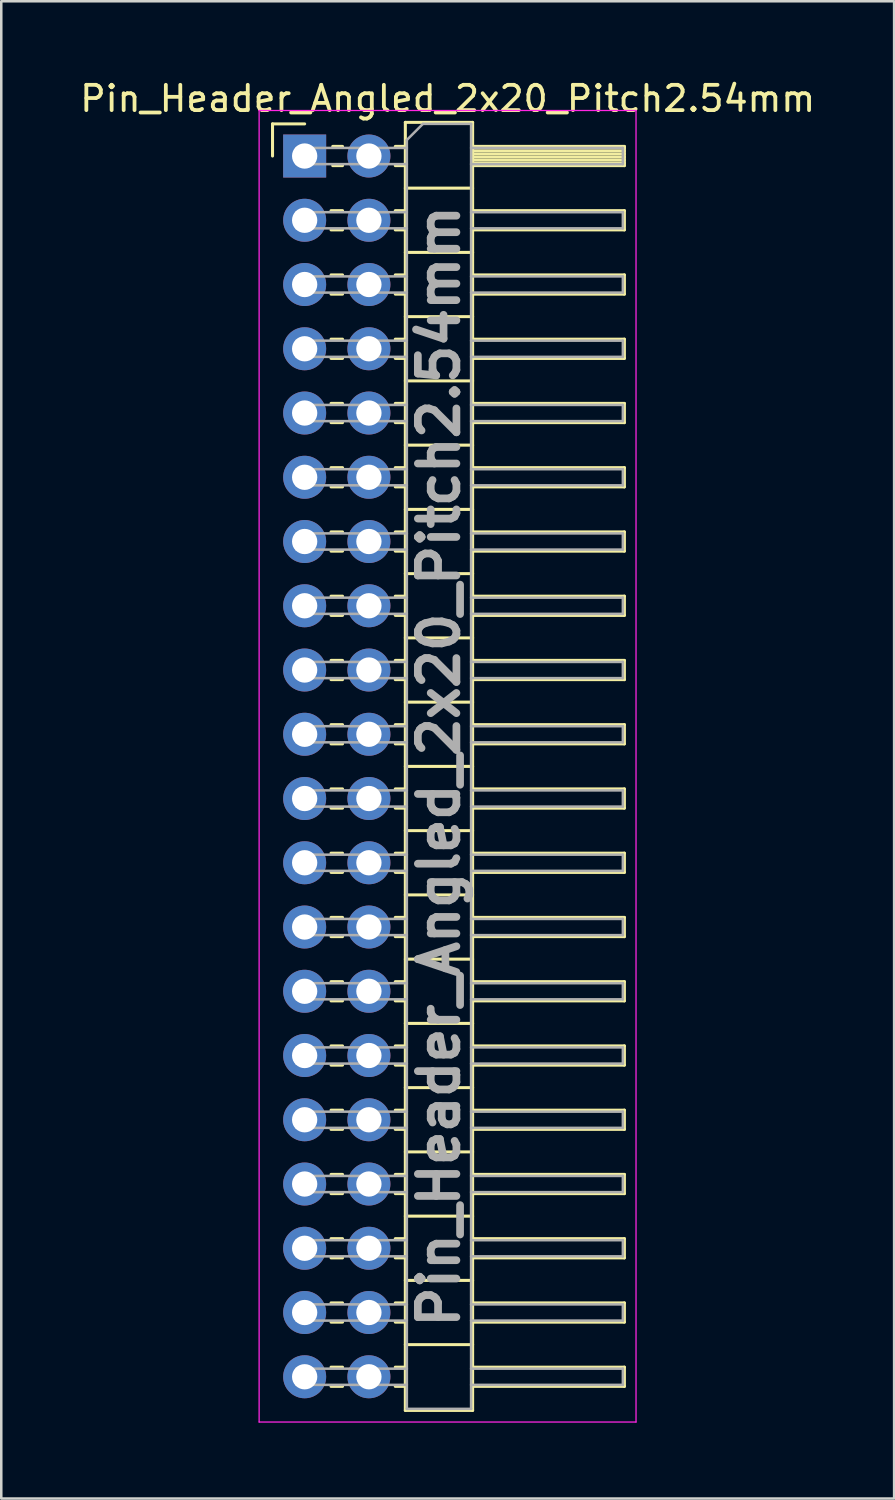
<source format=kicad_pcb>
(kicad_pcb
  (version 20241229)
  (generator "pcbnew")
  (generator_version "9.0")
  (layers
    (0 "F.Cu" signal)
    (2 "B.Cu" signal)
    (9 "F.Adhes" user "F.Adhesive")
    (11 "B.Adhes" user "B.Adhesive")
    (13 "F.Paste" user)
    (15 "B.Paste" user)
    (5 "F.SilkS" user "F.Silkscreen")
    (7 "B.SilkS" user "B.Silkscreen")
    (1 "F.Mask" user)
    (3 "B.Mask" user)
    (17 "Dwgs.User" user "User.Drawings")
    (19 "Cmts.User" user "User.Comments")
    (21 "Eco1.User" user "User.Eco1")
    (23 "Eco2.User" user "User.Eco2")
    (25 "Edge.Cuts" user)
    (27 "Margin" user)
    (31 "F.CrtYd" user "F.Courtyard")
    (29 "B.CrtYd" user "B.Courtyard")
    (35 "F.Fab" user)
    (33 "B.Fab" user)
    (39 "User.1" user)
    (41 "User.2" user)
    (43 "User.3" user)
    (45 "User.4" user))
  (footprint "Pin_Header_Angled_2x20_Pitch2.54mm"
    (layer "F.Cu")
    (at 8.994 3.118)
    (property "Reference" "Pin_Header_Angled_2x20_Pitch2.54mm" (at 5.655 -2.27 0) (layer "F.SilkS") (effects (font (size 1 1) (thickness 0.15))))
    (attr through_hole)
    (fp_line (start -1.27 -1.27) (end 0 -1.27) (stroke (width 0.12) (type solid)) (layer "F.SilkS"))
    (fp_line (start -1.27 0) (end -1.27 -1.27) (stroke (width 0.12) (type solid)) (layer "F.SilkS"))
    (fp_line (start 1.043 2.16) (end 1.497 2.16) (stroke (width 0.12) (type solid)) (layer "F.SilkS"))
    (fp_line (start 1.043 2.92) (end 1.497 2.92) (stroke (width 0.12) (type solid)) (layer "F.SilkS"))
    (fp_line (start 1.043 4.7) (end 1.497 4.7) (stroke (width 0.12) (type solid)) (layer "F.SilkS"))
    (fp_line (start 1.043 5.46) (end 1.497 5.46) (stroke (width 0.12) (type solid)) (layer "F.SilkS"))
    (fp_line (start 1.043 7.24) (end 1.497 7.24) (stroke (width 0.12) (type solid)) (layer "F.SilkS"))
    (fp_line (start 1.043 8) (end 1.497 8) (stroke (width 0.12) (type solid)) (layer "F.SilkS"))
    (fp_line (start 1.043 9.78) (end 1.497 9.78) (stroke (width 0.12) (type solid)) (layer "F.SilkS"))
    (fp_line (start 1.043 10.54) (end 1.497 10.54) (stroke (width 0.12) (type solid)) (layer "F.SilkS"))
    (fp_line (start 1.043 12.32) (end 1.497 12.32) (stroke (width 0.12) (type solid)) (layer "F.SilkS"))
    (fp_line (start 1.043 13.08) (end 1.497 13.08) (stroke (width 0.12) (type solid)) (layer "F.SilkS"))
    (fp_line (start 1.043 14.86) (end 1.497 14.86) (stroke (width 0.12) (type solid)) (layer "F.SilkS"))
    (fp_line (start 1.043 15.62) (end 1.497 15.62) (stroke (width 0.12) (type solid)) (layer "F.SilkS"))
    (fp_line (start 1.043 17.4) (end 1.497 17.4) (stroke (width 0.12) (type solid)) (layer "F.SilkS"))
    (fp_line (start 1.043 18.16) (end 1.497 18.16) (stroke (width 0.12) (type solid)) (layer "F.SilkS"))
    (fp_line (start 1.043 19.94) (end 1.497 19.94) (stroke (width 0.12) (type solid)) (layer "F.SilkS"))
    (fp_line (start 1.043 20.7) (end 1.497 20.7) (stroke (width 0.12) (type solid)) (layer "F.SilkS"))
    (fp_line (start 1.043 22.48) (end 1.497 22.48) (stroke (width 0.12) (type solid)) (layer "F.SilkS"))
    (fp_line (start 1.043 23.24) (end 1.497 23.24) (stroke (width 0.12) (type solid)) (layer "F.SilkS"))
    (fp_line (start 1.043 25.02) (end 1.497 25.02) (stroke (width 0.12) (type solid)) (layer "F.SilkS"))
    (fp_line (start 1.043 25.78) (end 1.497 25.78) (stroke (width 0.12) (type solid)) (layer "F.SilkS"))
    (fp_line (start 1.043 27.56) (end 1.497 27.56) (stroke (width 0.12) (type solid)) (layer "F.SilkS"))
    (fp_line (start 1.043 28.32) (end 1.497 28.32) (stroke (width 0.12) (type solid)) (layer "F.SilkS"))
    (fp_line (start 1.043 30.1) (end 1.497 30.1) (stroke (width 0.12) (type solid)) (layer "F.SilkS"))
    (fp_line (start 1.043 30.86) (end 1.497 30.86) (stroke (width 0.12) (type solid)) (layer "F.SilkS"))
    (fp_line (start 1.043 32.64) (end 1.497 32.64) (stroke (width 0.12) (type solid)) (layer "F.SilkS"))
    (fp_line (start 1.043 33.4) (end 1.497 33.4) (stroke (width 0.12) (type solid)) (layer "F.SilkS"))
    (fp_line (start 1.043 35.18) (end 1.497 35.18) (stroke (width 0.12) (type solid)) (layer "F.SilkS"))
    (fp_line (start 1.043 35.94) (end 1.497 35.94) (stroke (width 0.12) (type solid)) (layer "F.SilkS"))
    (fp_line (start 1.043 37.72) (end 1.497 37.72) (stroke (width 0.12) (type solid)) (layer "F.SilkS"))
    (fp_line (start 1.043 38.48) (end 1.497 38.48) (stroke (width 0.12) (type solid)) (layer "F.SilkS"))
    (fp_line (start 1.043 40.26) (end 1.497 40.26) (stroke (width 0.12) (type solid)) (layer "F.SilkS"))
    (fp_line (start 1.043 41.02) (end 1.497 41.02) (stroke (width 0.12) (type solid)) (layer "F.SilkS"))
    (fp_line (start 1.043 42.8) (end 1.497 42.8) (stroke (width 0.12) (type solid)) (layer "F.SilkS"))
    (fp_line (start 1.043 43.56) (end 1.497 43.56) (stroke (width 0.12) (type solid)) (layer "F.SilkS"))
    (fp_line (start 1.043 45.34) (end 1.497 45.34) (stroke (width 0.12) (type solid)) (layer "F.SilkS"))
    (fp_line (start 1.043 46.1) (end 1.497 46.1) (stroke (width 0.12) (type solid)) (layer "F.SilkS"))
    (fp_line (start 1.043 47.88) (end 1.497 47.88) (stroke (width 0.12) (type solid)) (layer "F.SilkS"))
    (fp_line (start 1.043 48.64) (end 1.497 48.64) (stroke (width 0.12) (type solid)) (layer "F.SilkS"))
    (fp_line (start 1.11 -0.38) (end 1.497 -0.38) (stroke (width 0.12) (type solid)) (layer "F.SilkS"))
    (fp_line (start 1.11 0.38) (end 1.497 0.38) (stroke (width 0.12) (type solid)) (layer "F.SilkS"))
    (fp_line (start 3.583 -0.38) (end 3.98 -0.38) (stroke (width 0.12) (type solid)) (layer "F.SilkS"))
    (fp_line (start 3.583 0.38) (end 3.98 0.38) (stroke (width 0.12) (type solid)) (layer "F.SilkS"))
    (fp_line (start 3.583 2.16) (end 3.98 2.16) (stroke (width 0.12) (type solid)) (layer "F.SilkS"))
    (fp_line (start 3.583 2.92) (end 3.98 2.92) (stroke (width 0.12) (type solid)) (layer "F.SilkS"))
    (fp_line (start 3.583 4.7) (end 3.98 4.7) (stroke (width 0.12) (type solid)) (layer "F.SilkS"))
    (fp_line (start 3.583 5.46) (end 3.98 5.46) (stroke (width 0.12) (type solid)) (layer "F.SilkS"))
    (fp_line (start 3.583 7.24) (end 3.98 7.24) (stroke (width 0.12) (type solid)) (layer "F.SilkS"))
    (fp_line (start 3.583 8) (end 3.98 8) (stroke (width 0.12) (type solid)) (layer "F.SilkS"))
    (fp_line (start 3.583 9.78) (end 3.98 9.78) (stroke (width 0.12) (type solid)) (layer "F.SilkS"))
    (fp_line (start 3.583 10.54) (end 3.98 10.54) (stroke (width 0.12) (type solid)) (layer "F.SilkS"))
    (fp_line (start 3.583 12.32) (end 3.98 12.32) (stroke (width 0.12) (type solid)) (layer "F.SilkS"))
    (fp_line (start 3.583 13.08) (end 3.98 13.08) (stroke (width 0.12) (type solid)) (layer "F.SilkS"))
    (fp_line (start 3.583 14.86) (end 3.98 14.86) (stroke (width 0.12) (type solid)) (layer "F.SilkS"))
    (fp_line (start 3.583 15.62) (end 3.98 15.62) (stroke (width 0.12) (type solid)) (layer "F.SilkS"))
    (fp_line (start 3.583 17.4) (end 3.98 17.4) (stroke (width 0.12) (type solid)) (layer "F.SilkS"))
    (fp_line (start 3.583 18.16) (end 3.98 18.16) (stroke (width 0.12) (type solid)) (layer "F.SilkS"))
    (fp_line (start 3.583 19.94) (end 3.98 19.94) (stroke (width 0.12) (type solid)) (layer "F.SilkS"))
    (fp_line (start 3.583 20.7) (end 3.98 20.7) (stroke (width 0.12) (type solid)) (layer "F.SilkS"))
    (fp_line (start 3.583 22.48) (end 3.98 22.48) (stroke (width 0.12) (type solid)) (layer "F.SilkS"))
    (fp_line (start 3.583 23.24) (end 3.98 23.24) (stroke (width 0.12) (type solid)) (layer "F.SilkS"))
    (fp_line (start 3.583 25.02) (end 3.98 25.02) (stroke (width 0.12) (type solid)) (layer "F.SilkS"))
    (fp_line (start 3.583 25.78) (end 3.98 25.78) (stroke (width 0.12) (type solid)) (layer "F.SilkS"))
    (fp_line (start 3.583 27.56) (end 3.98 27.56) (stroke (width 0.12) (type solid)) (layer "F.SilkS"))
    (fp_line (start 3.583 28.32) (end 3.98 28.32) (stroke (width 0.12) (type solid)) (layer "F.SilkS"))
    (fp_line (start 3.583 30.1) (end 3.98 30.1) (stroke (width 0.12) (type solid)) (layer "F.SilkS"))
    (fp_line (start 3.583 30.86) (end 3.98 30.86) (stroke (width 0.12) (type solid)) (layer "F.SilkS"))
    (fp_line (start 3.583 32.64) (end 3.98 32.64) (stroke (width 0.12) (type solid)) (layer "F.SilkS"))
    (fp_line (start 3.583 33.4) (end 3.98 33.4) (stroke (width 0.12) (type solid)) (layer "F.SilkS"))
    (fp_line (start 3.583 35.18) (end 3.98 35.18) (stroke (width 0.12) (type solid)) (layer "F.SilkS"))
    (fp_line (start 3.583 35.94) (end 3.98 35.94) (stroke (width 0.12) (type solid)) (layer "F.SilkS"))
    (fp_line (start 3.583 37.72) (end 3.98 37.72) (stroke (width 0.12) (type solid)) (layer "F.SilkS"))
    (fp_line (start 3.583 38.48) (end 3.98 38.48) (stroke (width 0.12) (type solid)) (layer "F.SilkS"))
    (fp_line (start 3.583 40.26) (end 3.98 40.26) (stroke (width 0.12) (type solid)) (layer "F.SilkS"))
    (fp_line (start 3.583 41.02) (end 3.98 41.02) (stroke (width 0.12) (type solid)) (layer "F.SilkS"))
    (fp_line (start 3.583 42.8) (end 3.98 42.8) (stroke (width 0.12) (type solid)) (layer "F.SilkS"))
    (fp_line (start 3.583 43.56) (end 3.98 43.56) (stroke (width 0.12) (type solid)) (layer "F.SilkS"))
    (fp_line (start 3.583 45.34) (end 3.98 45.34) (stroke (width 0.12) (type solid)) (layer "F.SilkS"))
    (fp_line (start 3.583 46.1) (end 3.98 46.1) (stroke (width 0.12) (type solid)) (layer "F.SilkS"))
    (fp_line (start 3.583 47.88) (end 3.98 47.88) (stroke (width 0.12) (type solid)) (layer "F.SilkS"))
    (fp_line (start 3.583 48.64) (end 3.98 48.64) (stroke (width 0.12) (type solid)) (layer "F.SilkS"))
    (fp_line (start 3.98 -1.33) (end 3.98 49.59) (stroke (width 0.12) (type solid)) (layer "F.SilkS"))
    (fp_line (start 3.98 1.27) (end 6.64 1.27) (stroke (width 0.12) (type solid)) (layer "F.SilkS"))
    (fp_line (start 3.98 3.81) (end 6.64 3.81) (stroke (width 0.12) (type solid)) (layer "F.SilkS"))
    (fp_line (start 3.98 6.35) (end 6.64 6.35) (stroke (width 0.12) (type solid)) (layer "F.SilkS"))
    (fp_line (start 3.98 8.89) (end 6.64 8.89) (stroke (width 0.12) (type solid)) (layer "F.SilkS"))
    (fp_line (start 3.98 11.43) (end 6.64 11.43) (stroke (width 0.12) (type solid)) (layer "F.SilkS"))
    (fp_line (start 3.98 13.97) (end 6.64 13.97) (stroke (width 0.12) (type solid)) (layer "F.SilkS"))
    (fp_line (start 3.98 16.51) (end 6.64 16.51) (stroke (width 0.12) (type solid)) (layer "F.SilkS"))
    (fp_line (start 3.98 19.05) (end 6.64 19.05) (stroke (width 0.12) (type solid)) (layer "F.SilkS"))
    (fp_line (start 3.98 21.59) (end 6.64 21.59) (stroke (width 0.12) (type solid)) (layer "F.SilkS"))
    (fp_line (start 3.98 24.13) (end 6.64 24.13) (stroke (width 0.12) (type solid)) (layer "F.SilkS"))
    (fp_line (start 3.98 26.67) (end 6.64 26.67) (stroke (width 0.12) (type solid)) (layer "F.SilkS"))
    (fp_line (start 3.98 29.21) (end 6.64 29.21) (stroke (width 0.12) (type solid)) (layer "F.SilkS"))
    (fp_line (start 3.98 31.75) (end 6.64 31.75) (stroke (width 0.12) (type solid)) (layer "F.SilkS"))
    (fp_line (start 3.98 34.29) (end 6.64 34.29) (stroke (width 0.12) (type solid)) (layer "F.SilkS"))
    (fp_line (start 3.98 36.83) (end 6.64 36.83) (stroke (width 0.12) (type solid)) (layer "F.SilkS"))
    (fp_line (start 3.98 39.37) (end 6.64 39.37) (stroke (width 0.12) (type solid)) (layer "F.SilkS"))
    (fp_line (start 3.98 41.91) (end 6.64 41.91) (stroke (width 0.12) (type solid)) (layer "F.SilkS"))
    (fp_line (start 3.98 44.45) (end 6.64 44.45) (stroke (width 0.12) (type solid)) (layer "F.SilkS"))
    (fp_line (start 3.98 46.99) (end 6.64 46.99) (stroke (width 0.12) (type solid)) (layer "F.SilkS"))
    (fp_line (start 3.98 49.59) (end 6.64 49.59) (stroke (width 0.12) (type solid)) (layer "F.SilkS"))
    (fp_line (start 6.64 -1.33) (end 3.98 -1.33) (stroke (width 0.12) (type solid)) (layer "F.SilkS"))
    (fp_line (start 6.64 -0.38) (end 12.64 -0.38) (stroke (width 0.12) (type solid)) (layer "F.SilkS"))
    (fp_line (start 6.64 -0.32) (end 12.64 -0.32) (stroke (width 0.12) (type solid)) (layer "F.SilkS"))
    (fp_line (start 6.64 -0.2) (end 12.64 -0.2) (stroke (width 0.12) (type solid)) (layer "F.SilkS"))
    (fp_line (start 6.64 -0.08) (end 12.64 -0.08) (stroke (width 0.12) (type solid)) (layer "F.SilkS"))
    (fp_line (start 6.64 0.04) (end 12.64 0.04) (stroke (width 0.12) (type solid)) (layer "F.SilkS"))
    (fp_line (start 6.64 0.16) (end 12.64 0.16) (stroke (width 0.12) (type solid)) (layer "F.SilkS"))
    (fp_line (start 6.64 0.28) (end 12.64 0.28) (stroke (width 0.12) (type solid)) (layer "F.SilkS"))
    (fp_line (start 6.64 2.16) (end 12.64 2.16) (stroke (width 0.12) (type solid)) (layer "F.SilkS"))
    (fp_line (start 6.64 4.7) (end 12.64 4.7) (stroke (width 0.12) (type solid)) (layer "F.SilkS"))
    (fp_line (start 6.64 7.24) (end 12.64 7.24) (stroke (width 0.12) (type solid)) (layer "F.SilkS"))
    (fp_line (start 6.64 9.78) (end 12.64 9.78) (stroke (width 0.12) (type solid)) (layer "F.SilkS"))
    (fp_line (start 6.64 12.32) (end 12.64 12.32) (stroke (width 0.12) (type solid)) (layer "F.SilkS"))
    (fp_line (start 6.64 14.86) (end 12.64 14.86) (stroke (width 0.12) (type solid)) (layer "F.SilkS"))
    (fp_line (start 6.64 17.4) (end 12.64 17.4) (stroke (width 0.12) (type solid)) (layer "F.SilkS"))
    (fp_line (start 6.64 19.94) (end 12.64 19.94) (stroke (width 0.12) (type solid)) (layer "F.SilkS"))
    (fp_line (start 6.64 22.48) (end 12.64 22.48) (stroke (width 0.12) (type solid)) (layer "F.SilkS"))
    (fp_line (start 6.64 25.02) (end 12.64 25.02) (stroke (width 0.12) (type solid)) (layer "F.SilkS"))
    (fp_line (start 6.64 27.56) (end 12.64 27.56) (stroke (width 0.12) (type solid)) (layer "F.SilkS"))
    (fp_line (start 6.64 30.1) (end 12.64 30.1) (stroke (width 0.12) (type solid)) (layer "F.SilkS"))
    (fp_line (start 6.64 32.64) (end 12.64 32.64) (stroke (width 0.12) (type solid)) (layer "F.SilkS"))
    (fp_line (start 6.64 35.18) (end 12.64 35.18) (stroke (width 0.12) (type solid)) (layer "F.SilkS"))
    (fp_line (start 6.64 37.72) (end 12.64 37.72) (stroke (width 0.12) (type solid)) (layer "F.SilkS"))
    (fp_line (start 6.64 40.26) (end 12.64 40.26) (stroke (width 0.12) (type solid)) (layer "F.SilkS"))
    (fp_line (start 6.64 42.8) (end 12.64 42.8) (stroke (width 0.12) (type solid)) (layer "F.SilkS"))
    (fp_line (start 6.64 45.34) (end 12.64 45.34) (stroke (width 0.12) (type solid)) (layer "F.SilkS"))
    (fp_line (start 6.64 47.88) (end 12.64 47.88) (stroke (width 0.12) (type solid)) (layer "F.SilkS"))
    (fp_line (start 6.64 49.59) (end 6.64 -1.33) (stroke (width 0.12) (type solid)) (layer "F.SilkS"))
    (fp_line (start 12.64 -0.38) (end 12.64 0.38) (stroke (width 0.12) (type solid)) (layer "F.SilkS"))
    (fp_line (start 12.64 0.38) (end 6.64 0.38) (stroke (width 0.12) (type solid)) (layer "F.SilkS"))
    (fp_line (start 12.64 2.16) (end 12.64 2.92) (stroke (width 0.12) (type solid)) (layer "F.SilkS"))
    (fp_line (start 12.64 2.92) (end 6.64 2.92) (stroke (width 0.12) (type solid)) (layer "F.SilkS"))
    (fp_line (start 12.64 4.7) (end 12.64 5.46) (stroke (width 0.12) (type solid)) (layer "F.SilkS"))
    (fp_line (start 12.64 5.46) (end 6.64 5.46) (stroke (width 0.12) (type solid)) (layer "F.SilkS"))
    (fp_line (start 12.64 7.24) (end 12.64 8) (stroke (width 0.12) (type solid)) (layer "F.SilkS"))
    (fp_line (start 12.64 8) (end 6.64 8) (stroke (width 0.12) (type solid)) (layer "F.SilkS"))
    (fp_line (start 12.64 9.78) (end 12.64 10.54) (stroke (width 0.12) (type solid)) (layer "F.SilkS"))
    (fp_line (start 12.64 10.54) (end 6.64 10.54) (stroke (width 0.12) (type solid)) (layer "F.SilkS"))
    (fp_line (start 12.64 12.32) (end 12.64 13.08) (stroke (width 0.12) (type solid)) (layer "F.SilkS"))
    (fp_line (start 12.64 13.08) (end 6.64 13.08) (stroke (width 0.12) (type solid)) (layer "F.SilkS"))
    (fp_line (start 12.64 14.86) (end 12.64 15.62) (stroke (width 0.12) (type solid)) (layer "F.SilkS"))
    (fp_line (start 12.64 15.62) (end 6.64 15.62) (stroke (width 0.12) (type solid)) (layer "F.SilkS"))
    (fp_line (start 12.64 17.4) (end 12.64 18.16) (stroke (width 0.12) (type solid)) (layer "F.SilkS"))
    (fp_line (start 12.64 18.16) (end 6.64 18.16) (stroke (width 0.12) (type solid)) (layer "F.SilkS"))
    (fp_line (start 12.64 19.94) (end 12.64 20.7) (stroke (width 0.12) (type solid)) (layer "F.SilkS"))
    (fp_line (start 12.64 20.7) (end 6.64 20.7) (stroke (width 0.12) (type solid)) (layer "F.SilkS"))
    (fp_line (start 12.64 22.48) (end 12.64 23.24) (stroke (width 0.12) (type solid)) (layer "F.SilkS"))
    (fp_line (start 12.64 23.24) (end 6.64 23.24) (stroke (width 0.12) (type solid)) (layer "F.SilkS"))
    (fp_line (start 12.64 25.02) (end 12.64 25.78) (stroke (width 0.12) (type solid)) (layer "F.SilkS"))
    (fp_line (start 12.64 25.78) (end 6.64 25.78) (stroke (width 0.12) (type solid)) (layer "F.SilkS"))
    (fp_line (start 12.64 27.56) (end 12.64 28.32) (stroke (width 0.12) (type solid)) (layer "F.SilkS"))
    (fp_line (start 12.64 28.32) (end 6.64 28.32) (stroke (width 0.12) (type solid)) (layer "F.SilkS"))
    (fp_line (start 12.64 30.1) (end 12.64 30.86) (stroke (width 0.12) (type solid)) (layer "F.SilkS"))
    (fp_line (start 12.64 30.86) (end 6.64 30.86) (stroke (width 0.12) (type solid)) (layer "F.SilkS"))
    (fp_line (start 12.64 32.64) (end 12.64 33.4) (stroke (width 0.12) (type solid)) (layer "F.SilkS"))
    (fp_line (start 12.64 33.4) (end 6.64 33.4) (stroke (width 0.12) (type solid)) (layer "F.SilkS"))
    (fp_line (start 12.64 35.18) (end 12.64 35.94) (stroke (width 0.12) (type solid)) (layer "F.SilkS"))
    (fp_line (start 12.64 35.94) (end 6.64 35.94) (stroke (width 0.12) (type solid)) (layer "F.SilkS"))
    (fp_line (start 12.64 37.72) (end 12.64 38.48) (stroke (width 0.12) (type solid)) (layer "F.SilkS"))
    (fp_line (start 12.64 38.48) (end 6.64 38.48) (stroke (width 0.12) (type solid)) (layer "F.SilkS"))
    (fp_line (start 12.64 40.26) (end 12.64 41.02) (stroke (width 0.12) (type solid)) (layer "F.SilkS"))
    (fp_line (start 12.64 41.02) (end 6.64 41.02) (stroke (width 0.12) (type solid)) (layer "F.SilkS"))
    (fp_line (start 12.64 42.8) (end 12.64 43.56) (stroke (width 0.12) (type solid)) (layer "F.SilkS"))
    (fp_line (start 12.64 43.56) (end 6.64 43.56) (stroke (width 0.12) (type solid)) (layer "F.SilkS"))
    (fp_line (start 12.64 45.34) (end 12.64 46.1) (stroke (width 0.12) (type solid)) (layer "F.SilkS"))
    (fp_line (start 12.64 46.1) (end 6.64 46.1) (stroke (width 0.12) (type solid)) (layer "F.SilkS"))
    (fp_line (start 12.64 47.88) (end 12.64 48.64) (stroke (width 0.12) (type solid)) (layer "F.SilkS"))
    (fp_line (start 12.64 48.64) (end 6.64 48.64) (stroke (width 0.12) (type solid)) (layer "F.SilkS"))
    (fp_line (start -1.8 -1.8) (end -1.8 50.05) (stroke (width 0.05) (type solid)) (layer "F.CrtYd"))
    (fp_line (start -1.8 50.05) (end 13.1 50.05) (stroke (width 0.05) (type solid)) (layer "F.CrtYd"))
    (fp_line (start 13.1 -1.8) (end -1.8 -1.8) (stroke (width 0.05) (type solid)) (layer "F.CrtYd"))
    (fp_line (start 13.1 50.05) (end 13.1 -1.8) (stroke (width 0.05) (type solid)) (layer "F.CrtYd"))
    (fp_line (start -0.32 -0.32) (end -0.32 0.32) (stroke (width 0.1) (type solid)) (layer "F.Fab"))
    (fp_line (start -0.32 -0.32) (end 4.04 -0.32) (stroke (width 0.1) (type solid)) (layer "F.Fab"))
    (fp_line (start -0.32 0.32) (end 4.04 0.32) (stroke (width 0.1) (type solid)) (layer "F.Fab"))
    (fp_line (start -0.32 2.22) (end -0.32 2.86) (stroke (width 0.1) (type solid)) (layer "F.Fab"))
    (fp_line (start -0.32 2.22) (end 4.04 2.22) (stroke (width 0.1) (type solid)) (layer "F.Fab"))
    (fp_line (start -0.32 2.86) (end 4.04 2.86) (stroke (width 0.1) (type solid)) (layer "F.Fab"))
    (fp_line (start -0.32 4.76) (end -0.32 5.4) (stroke (width 0.1) (type solid)) (layer "F.Fab"))
    (fp_line (start -0.32 4.76) (end 4.04 4.76) (stroke (width 0.1) (type solid)) (layer "F.Fab"))
    (fp_line (start -0.32 5.4) (end 4.04 5.4) (stroke (width 0.1) (type solid)) (layer "F.Fab"))
    (fp_line (start -0.32 7.3) (end -0.32 7.94) (stroke (width 0.1) (type solid)) (layer "F.Fab"))
    (fp_line (start -0.32 7.3) (end 4.04 7.3) (stroke (width 0.1) (type solid)) (layer "F.Fab"))
    (fp_line (start -0.32 7.94) (end 4.04 7.94) (stroke (width 0.1) (type solid)) (layer "F.Fab"))
    (fp_line (start -0.32 9.84) (end -0.32 10.48) (stroke (width 0.1) (type solid)) (layer "F.Fab"))
    (fp_line (start -0.32 9.84) (end 4.04 9.84) (stroke (width 0.1) (type solid)) (layer "F.Fab"))
    (fp_line (start -0.32 10.48) (end 4.04 10.48) (stroke (width 0.1) (type solid)) (layer "F.Fab"))
    (fp_line (start -0.32 12.38) (end -0.32 13.02) (stroke (width 0.1) (type solid)) (layer "F.Fab"))
    (fp_line (start -0.32 12.38) (end 4.04 12.38) (stroke (width 0.1) (type solid)) (layer "F.Fab"))
    (fp_line (start -0.32 13.02) (end 4.04 13.02) (stroke (width 0.1) (type solid)) (layer "F.Fab"))
    (fp_line (start -0.32 14.92) (end -0.32 15.56) (stroke (width 0.1) (type solid)) (layer "F.Fab"))
    (fp_line (start -0.32 14.92) (end 4.04 14.92) (stroke (width 0.1) (type solid)) (layer "F.Fab"))
    (fp_line (start -0.32 15.56) (end 4.04 15.56) (stroke (width 0.1) (type solid)) (layer "F.Fab"))
    (fp_line (start -0.32 17.46) (end -0.32 18.1) (stroke (width 0.1) (type solid)) (layer "F.Fab"))
    (fp_line (start -0.32 17.46) (end 4.04 17.46) (stroke (width 0.1) (type solid)) (layer "F.Fab"))
    (fp_line (start -0.32 18.1) (end 4.04 18.1) (stroke (width 0.1) (type solid)) (layer "F.Fab"))
    (fp_line (start -0.32 20) (end -0.32 20.64) (stroke (width 0.1) (type solid)) (layer "F.Fab"))
    (fp_line (start -0.32 20) (end 4.04 20) (stroke (width 0.1) (type solid)) (layer "F.Fab"))
    (fp_line (start -0.32 20.64) (end 4.04 20.64) (stroke (width 0.1) (type solid)) (layer "F.Fab"))
    (fp_line (start -0.32 22.54) (end -0.32 23.18) (stroke (width 0.1) (type solid)) (layer "F.Fab"))
    (fp_line (start -0.32 22.54) (end 4.04 22.54) (stroke (width 0.1) (type solid)) (layer "F.Fab"))
    (fp_line (start -0.32 23.18) (end 4.04 23.18) (stroke (width 0.1) (type solid)) (layer "F.Fab"))
    (fp_line (start -0.32 25.08) (end -0.32 25.72) (stroke (width 0.1) (type solid)) (layer "F.Fab"))
    (fp_line (start -0.32 25.08) (end 4.04 25.08) (stroke (width 0.1) (type solid)) (layer "F.Fab"))
    (fp_line (start -0.32 25.72) (end 4.04 25.72) (stroke (width 0.1) (type solid)) (layer "F.Fab"))
    (fp_line (start -0.32 27.62) (end -0.32 28.26) (stroke (width 0.1) (type solid)) (layer "F.Fab"))
    (fp_line (start -0.32 27.62) (end 4.04 27.62) (stroke (width 0.1) (type solid)) (layer "F.Fab"))
    (fp_line (start -0.32 28.26) (end 4.04 28.26) (stroke (width 0.1) (type solid)) (layer "F.Fab"))
    (fp_line (start -0.32 30.16) (end -0.32 30.8) (stroke (width 0.1) (type solid)) (layer "F.Fab"))
    (fp_line (start -0.32 30.16) (end 4.04 30.16) (stroke (width 0.1) (type solid)) (layer "F.Fab"))
    (fp_line (start -0.32 30.8) (end 4.04 30.8) (stroke (width 0.1) (type solid)) (layer "F.Fab"))
    (fp_line (start -0.32 32.7) (end -0.32 33.34) (stroke (width 0.1) (type solid)) (layer "F.Fab"))
    (fp_line (start -0.32 32.7) (end 4.04 32.7) (stroke (width 0.1) (type solid)) (layer "F.Fab"))
    (fp_line (start -0.32 33.34) (end 4.04 33.34) (stroke (width 0.1) (type solid)) (layer "F.Fab"))
    (fp_line (start -0.32 35.24) (end -0.32 35.88) (stroke (width 0.1) (type solid)) (layer "F.Fab"))
    (fp_line (start -0.32 35.24) (end 4.04 35.24) (stroke (width 0.1) (type solid)) (layer "F.Fab"))
    (fp_line (start -0.32 35.88) (end 4.04 35.88) (stroke (width 0.1) (type solid)) (layer "F.Fab"))
    (fp_line (start -0.32 37.78) (end -0.32 38.42) (stroke (width 0.1) (type solid)) (layer "F.Fab"))
    (fp_line (start -0.32 37.78) (end 4.04 37.78) (stroke (width 0.1) (type solid)) (layer "F.Fab"))
    (fp_line (start -0.32 38.42) (end 4.04 38.42) (stroke (width 0.1) (type solid)) (layer "F.Fab"))
    (fp_line (start -0.32 40.32) (end -0.32 40.96) (stroke (width 0.1) (type solid)) (layer "F.Fab"))
    (fp_line (start -0.32 40.32) (end 4.04 40.32) (stroke (width 0.1) (type solid)) (layer "F.Fab"))
    (fp_line (start -0.32 40.96) (end 4.04 40.96) (stroke (width 0.1) (type solid)) (layer "F.Fab"))
    (fp_line (start -0.32 42.86) (end -0.32 43.5) (stroke (width 0.1) (type solid)) (layer "F.Fab"))
    (fp_line (start -0.32 42.86) (end 4.04 42.86) (stroke (width 0.1) (type solid)) (layer "F.Fab"))
    (fp_line (start -0.32 43.5) (end 4.04 43.5) (stroke (width 0.1) (type solid)) (layer "F.Fab"))
    (fp_line (start -0.32 45.4) (end -0.32 46.04) (stroke (width 0.1) (type solid)) (layer "F.Fab"))
    (fp_line (start -0.32 45.4) (end 4.04 45.4) (stroke (width 0.1) (type solid)) (layer "F.Fab"))
    (fp_line (start -0.32 46.04) (end 4.04 46.04) (stroke (width 0.1) (type solid)) (layer "F.Fab"))
    (fp_line (start -0.32 47.94) (end -0.32 48.58) (stroke (width 0.1) (type solid)) (layer "F.Fab"))
    (fp_line (start -0.32 47.94) (end 4.04 47.94) (stroke (width 0.1) (type solid)) (layer "F.Fab"))
    (fp_line (start -0.32 48.58) (end 4.04 48.58) (stroke (width 0.1) (type solid)) (layer "F.Fab"))
    (fp_line (start 4.04 -0.635) (end 4.675 -1.27) (stroke (width 0.1) (type solid)) (layer "F.Fab"))
    (fp_line (start 4.04 49.53) (end 4.04 -0.635) (stroke (width 0.1) (type solid)) (layer "F.Fab"))
    (fp_line (start 4.675 -1.27) (end 6.58 -1.27) (stroke (width 0.1) (type solid)) (layer "F.Fab"))
    (fp_line (start 6.58 -1.27) (end 6.58 49.53) (stroke (width 0.1) (type solid)) (layer "F.Fab"))
    (fp_line (start 6.58 -0.32) (end 12.58 -0.32) (stroke (width 0.1) (type solid)) (layer "F.Fab"))
    (fp_line (start 6.58 0.32) (end 12.58 0.32) (stroke (width 0.1) (type solid)) (layer "F.Fab"))
    (fp_line (start 6.58 2.22) (end 12.58 2.22) (stroke (width 0.1) (type solid)) (layer "F.Fab"))
    (fp_line (start 6.58 2.86) (end 12.58 2.86) (stroke (width 0.1) (type solid)) (layer "F.Fab"))
    (fp_line (start 6.58 4.76) (end 12.58 4.76) (stroke (width 0.1) (type solid)) (layer "F.Fab"))
    (fp_line (start 6.58 5.4) (end 12.58 5.4) (stroke (width 0.1) (type solid)) (layer "F.Fab"))
    (fp_line (start 6.58 7.3) (end 12.58 7.3) (stroke (width 0.1) (type solid)) (layer "F.Fab"))
    (fp_line (start 6.58 7.94) (end 12.58 7.94) (stroke (width 0.1) (type solid)) (layer "F.Fab"))
    (fp_line (start 6.58 9.84) (end 12.58 9.84) (stroke (width 0.1) (type solid)) (layer "F.Fab"))
    (fp_line (start 6.58 10.48) (end 12.58 10.48) (stroke (width 0.1) (type solid)) (layer "F.Fab"))
    (fp_line (start 6.58 12.38) (end 12.58 12.38) (stroke (width 0.1) (type solid)) (layer "F.Fab"))
    (fp_line (start 6.58 13.02) (end 12.58 13.02) (stroke (width 0.1) (type solid)) (layer "F.Fab"))
    (fp_line (start 6.58 14.92) (end 12.58 14.92) (stroke (width 0.1) (type solid)) (layer "F.Fab"))
    (fp_line (start 6.58 15.56) (end 12.58 15.56) (stroke (width 0.1) (type solid)) (layer "F.Fab"))
    (fp_line (start 6.58 17.46) (end 12.58 17.46) (stroke (width 0.1) (type solid)) (layer "F.Fab"))
    (fp_line (start 6.58 18.1) (end 12.58 18.1) (stroke (width 0.1) (type solid)) (layer "F.Fab"))
    (fp_line (start 6.58 20) (end 12.58 20) (stroke (width 0.1) (type solid)) (layer "F.Fab"))
    (fp_line (start 6.58 20.64) (end 12.58 20.64) (stroke (width 0.1) (type solid)) (layer "F.Fab"))
    (fp_line (start 6.58 22.54) (end 12.58 22.54) (stroke (width 0.1) (type solid)) (layer "F.Fab"))
    (fp_line (start 6.58 23.18) (end 12.58 23.18) (stroke (width 0.1) (type solid)) (layer "F.Fab"))
    (fp_line (start 6.58 25.08) (end 12.58 25.08) (stroke (width 0.1) (type solid)) (layer "F.Fab"))
    (fp_line (start 6.58 25.72) (end 12.58 25.72) (stroke (width 0.1) (type solid)) (layer "F.Fab"))
    (fp_line (start 6.58 27.62) (end 12.58 27.62) (stroke (width 0.1) (type solid)) (layer "F.Fab"))
    (fp_line (start 6.58 28.26) (end 12.58 28.26) (stroke (width 0.1) (type solid)) (layer "F.Fab"))
    (fp_line (start 6.58 30.16) (end 12.58 30.16) (stroke (width 0.1) (type solid)) (layer "F.Fab"))
    (fp_line (start 6.58 30.8) (end 12.58 30.8) (stroke (width 0.1) (type solid)) (layer "F.Fab"))
    (fp_line (start 6.58 32.7) (end 12.58 32.7) (stroke (width 0.1) (type solid)) (layer "F.Fab"))
    (fp_line (start 6.58 33.34) (end 12.58 33.34) (stroke (width 0.1) (type solid)) (layer "F.Fab"))
    (fp_line (start 6.58 35.24) (end 12.58 35.24) (stroke (width 0.1) (type solid)) (layer "F.Fab"))
    (fp_line (start 6.58 35.88) (end 12.58 35.88) (stroke (width 0.1) (type solid)) (layer "F.Fab"))
    (fp_line (start 6.58 37.78) (end 12.58 37.78) (stroke (width 0.1) (type solid)) (layer "F.Fab"))
    (fp_line (start 6.58 38.42) (end 12.58 38.42) (stroke (width 0.1) (type solid)) (layer "F.Fab"))
    (fp_line (start 6.58 40.32) (end 12.58 40.32) (stroke (width 0.1) (type solid)) (layer "F.Fab"))
    (fp_line (start 6.58 40.96) (end 12.58 40.96) (stroke (width 0.1) (type solid)) (layer "F.Fab"))
    (fp_line (start 6.58 42.86) (end 12.58 42.86) (stroke (width 0.1) (type solid)) (layer "F.Fab"))
    (fp_line (start 6.58 43.5) (end 12.58 43.5) (stroke (width 0.1) (type solid)) (layer "F.Fab"))
    (fp_line (start 6.58 45.4) (end 12.58 45.4) (stroke (width 0.1) (type solid)) (layer "F.Fab"))
    (fp_line (start 6.58 46.04) (end 12.58 46.04) (stroke (width 0.1) (type solid)) (layer "F.Fab"))
    (fp_line (start 6.58 47.94) (end 12.58 47.94) (stroke (width 0.1) (type solid)) (layer "F.Fab"))
    (fp_line (start 6.58 48.58) (end 12.58 48.58) (stroke (width 0.1) (type solid)) (layer "F.Fab"))
    (fp_line (start 6.58 49.53) (end 4.04 49.53) (stroke (width 0.1) (type solid)) (layer "F.Fab"))
    (fp_line (start 12.58 -0.32) (end 12.58 0.32) (stroke (width 0.1) (type solid)) (layer "F.Fab"))
    (fp_line (start 12.58 2.22) (end 12.58 2.86) (stroke (width 0.1) (type solid)) (layer "F.Fab"))
    (fp_line (start 12.58 4.76) (end 12.58 5.4) (stroke (width 0.1) (type solid)) (layer "F.Fab"))
    (fp_line (start 12.58 7.3) (end 12.58 7.94) (stroke (width 0.1) (type solid)) (layer "F.Fab"))
    (fp_line (start 12.58 9.84) (end 12.58 10.48) (stroke (width 0.1) (type solid)) (layer "F.Fab"))
    (fp_line (start 12.58 12.38) (end 12.58 13.02) (stroke (width 0.1) (type solid)) (layer "F.Fab"))
    (fp_line (start 12.58 14.92) (end 12.58 15.56) (stroke (width 0.1) (type solid)) (layer "F.Fab"))
    (fp_line (start 12.58 17.46) (end 12.58 18.1) (stroke (width 0.1) (type solid)) (layer "F.Fab"))
    (fp_line (start 12.58 20) (end 12.58 20.64) (stroke (width 0.1) (type solid)) (layer "F.Fab"))
    (fp_line (start 12.58 22.54) (end 12.58 23.18) (stroke (width 0.1) (type solid)) (layer "F.Fab"))
    (fp_line (start 12.58 25.08) (end 12.58 25.72) (stroke (width 0.1) (type solid)) (layer "F.Fab"))
    (fp_line (start 12.58 27.62) (end 12.58 28.26) (stroke (width 0.1) (type solid)) (layer "F.Fab"))
    (fp_line (start 12.58 30.16) (end 12.58 30.8) (stroke (width 0.1) (type solid)) (layer "F.Fab"))
    (fp_line (start 12.58 32.7) (end 12.58 33.34) (stroke (width 0.1) (type solid)) (layer "F.Fab"))
    (fp_line (start 12.58 35.24) (end 12.58 35.88) (stroke (width 0.1) (type solid)) (layer "F.Fab"))
    (fp_line (start 12.58 37.78) (end 12.58 38.42) (stroke (width 0.1) (type solid)) (layer "F.Fab"))
    (fp_line (start 12.58 40.32) (end 12.58 40.96) (stroke (width 0.1) (type solid)) (layer "F.Fab"))
    (fp_line (start 12.58 42.86) (end 12.58 43.5) (stroke (width 0.1) (type solid)) (layer "F.Fab"))
    (fp_line (start 12.58 45.4) (end 12.58 46.04) (stroke (width 0.1) (type solid)) (layer "F.Fab"))
    (fp_line (start 12.58 47.94) (end 12.58 48.58) (stroke (width 0.1) (type solid)) (layer "F.Fab"))
    (fp_text user "${REFERENCE}" (at 5.31 24.13 90) (layer "F.Fab") (effects (font (size 1.524 1.524) (thickness 0.305))))
    (pad "1" thru_hole rect (at 0 0) (size 1.7 1.7) (drill 1) (layers "*.Cu" "*.Mask"))
    (pad "2" thru_hole oval (at 2.54 0) (size 1.7 1.7) (drill 1) (layers "*.Cu" "*.Mask"))
    (pad "3" thru_hole oval (at 0 2.54) (size 1.7 1.7) (drill 1) (layers "*.Cu" "*.Mask"))
    (pad "4" thru_hole oval (at 2.54 2.54) (size 1.7 1.7) (drill 1) (layers "*.Cu" "*.Mask"))
    (pad "5" thru_hole oval (at 0 5.08) (size 1.7 1.7) (drill 1) (layers "*.Cu" "*.Mask"))
    (pad "6" thru_hole oval (at 2.54 5.08) (size 1.7 1.7) (drill 1) (layers "*.Cu" "*.Mask"))
    (pad "7" thru_hole oval (at 0 7.62) (size 1.7 1.7) (drill 1) (layers "*.Cu" "*.Mask"))
    (pad "8" thru_hole oval (at 2.54 7.62) (size 1.7 1.7) (drill 1) (layers "*.Cu" "*.Mask"))
    (pad "9" thru_hole oval (at 0 10.16) (size 1.7 1.7) (drill 1) (layers "*.Cu" "*.Mask"))
    (pad "10" thru_hole oval (at 2.54 10.16) (size 1.7 1.7) (drill 1) (layers "*.Cu" "*.Mask"))
    (pad "11" thru_hole oval (at 0 12.7) (size 1.7 1.7) (drill 1) (layers "*.Cu" "*.Mask"))
    (pad "12" thru_hole oval (at 2.54 12.7) (size 1.7 1.7) (drill 1) (layers "*.Cu" "*.Mask"))
    (pad "13" thru_hole oval (at 0 15.24) (size 1.7 1.7) (drill 1) (layers "*.Cu" "*.Mask"))
    (pad "14" thru_hole oval (at 2.54 15.24) (size 1.7 1.7) (drill 1) (layers "*.Cu" "*.Mask"))
    (pad "15" thru_hole oval (at 0 17.78) (size 1.7 1.7) (drill 1) (layers "*.Cu" "*.Mask"))
    (pad "16" thru_hole oval (at 2.54 17.78) (size 1.7 1.7) (drill 1) (layers "*.Cu" "*.Mask"))
    (pad "17" thru_hole oval (at 0 20.32) (size 1.7 1.7) (drill 1) (layers "*.Cu" "*.Mask"))
    (pad "18" thru_hole oval (at 2.54 20.32) (size 1.7 1.7) (drill 1) (layers "*.Cu" "*.Mask"))
    (pad "19" thru_hole oval (at 0 22.86) (size 1.7 1.7) (drill 1) (layers "*.Cu" "*.Mask"))
    (pad "20" thru_hole oval (at 2.54 22.86) (size 1.7 1.7) (drill 1) (layers "*.Cu" "*.Mask"))
    (pad "21" thru_hole oval (at 0 25.4) (size 1.7 1.7) (drill 1) (layers "*.Cu" "*.Mask"))
    (pad "22" thru_hole oval (at 2.54 25.4) (size 1.7 1.7) (drill 1) (layers "*.Cu" "*.Mask"))
    (pad "23" thru_hole oval (at 0 27.94) (size 1.7 1.7) (drill 1) (layers "*.Cu" "*.Mask"))
    (pad "24" thru_hole oval (at 2.54 27.94) (size 1.7 1.7) (drill 1) (layers "*.Cu" "*.Mask"))
    (pad "25" thru_hole oval (at 0 30.48) (size 1.7 1.7) (drill 1) (layers "*.Cu" "*.Mask"))
    (pad "26" thru_hole oval (at 2.54 30.48) (size 1.7 1.7) (drill 1) (layers "*.Cu" "*.Mask"))
    (pad "27" thru_hole oval (at 0 33.02) (size 1.7 1.7) (drill 1) (layers "*.Cu" "*.Mask"))
    (pad "28" thru_hole oval (at 2.54 33.02) (size 1.7 1.7) (drill 1) (layers "*.Cu" "*.Mask"))
    (pad "29" thru_hole oval (at 0 35.56) (size 1.7 1.7) (drill 1) (layers "*.Cu" "*.Mask"))
    (pad "30" thru_hole oval (at 2.54 35.56) (size 1.7 1.7) (drill 1) (layers "*.Cu" "*.Mask"))
    (pad "31" thru_hole oval (at 0 38.1) (size 1.7 1.7) (drill 1) (layers "*.Cu" "*.Mask"))
    (pad "32" thru_hole oval (at 2.54 38.1) (size 1.7 1.7) (drill 1) (layers "*.Cu" "*.Mask"))
    (pad "33" thru_hole oval (at 0 40.64) (size 1.7 1.7) (drill 1) (layers "*.Cu" "*.Mask"))
    (pad "34" thru_hole oval (at 2.54 40.64) (size 1.7 1.7) (drill 1) (layers "*.Cu" "*.Mask"))
    (pad "35" thru_hole oval (at 0 43.18) (size 1.7 1.7) (drill 1) (layers "*.Cu" "*.Mask"))
    (pad "36" thru_hole oval (at 2.54 43.18) (size 1.7 1.7) (drill 1) (layers "*.Cu" "*.Mask"))
    (pad "37" thru_hole oval (at 0 45.72) (size 1.7 1.7) (drill 1) (layers "*.Cu" "*.Mask"))
    (pad "38" thru_hole oval (at 2.54 45.72) (size 1.7 1.7) (drill 1) (layers "*.Cu" "*.Mask"))
    (pad "39" thru_hole oval (at 0 48.26) (size 1.7 1.7) (drill 1) (layers "*.Cu" "*.Mask"))
    (pad "40" thru_hole oval (at 2.54 48.26) (size 1.7 1.7) (drill 1) (layers "*.Cu" "*.Mask")))
  (gr_rect
    (start -3 -3)
    (end 32.298 56.193)
    (stroke (width 0.1) (type default))
    (fill no)
    (layer "Edge.Cuts")))
</source>
